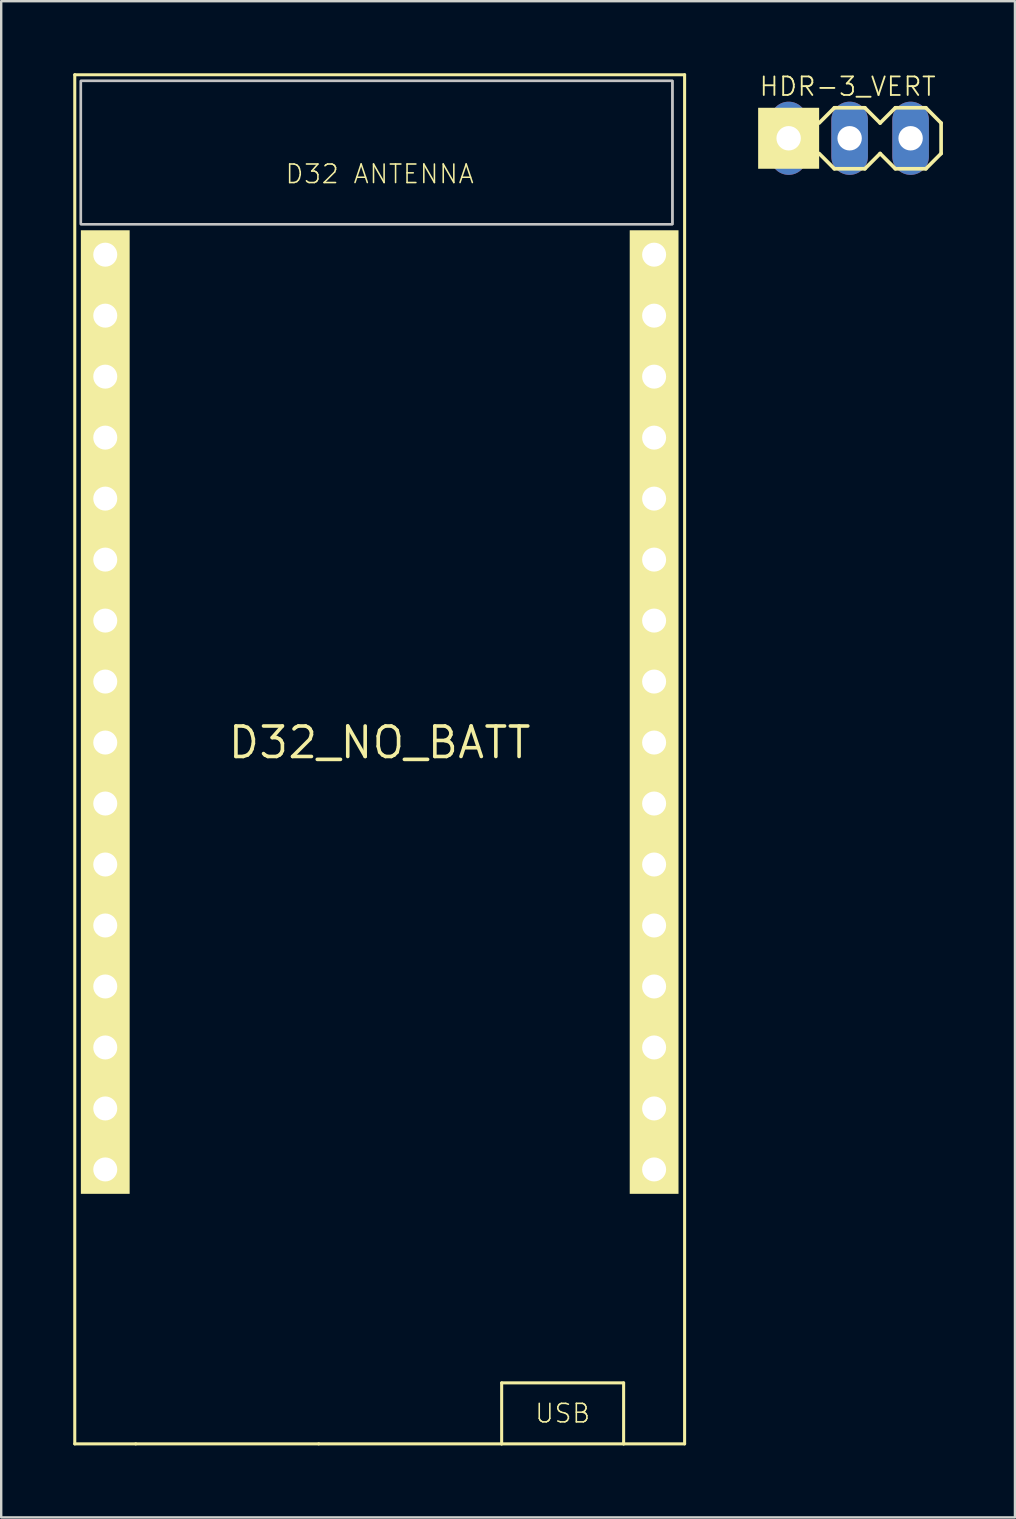
<source format=kicad_pcb>
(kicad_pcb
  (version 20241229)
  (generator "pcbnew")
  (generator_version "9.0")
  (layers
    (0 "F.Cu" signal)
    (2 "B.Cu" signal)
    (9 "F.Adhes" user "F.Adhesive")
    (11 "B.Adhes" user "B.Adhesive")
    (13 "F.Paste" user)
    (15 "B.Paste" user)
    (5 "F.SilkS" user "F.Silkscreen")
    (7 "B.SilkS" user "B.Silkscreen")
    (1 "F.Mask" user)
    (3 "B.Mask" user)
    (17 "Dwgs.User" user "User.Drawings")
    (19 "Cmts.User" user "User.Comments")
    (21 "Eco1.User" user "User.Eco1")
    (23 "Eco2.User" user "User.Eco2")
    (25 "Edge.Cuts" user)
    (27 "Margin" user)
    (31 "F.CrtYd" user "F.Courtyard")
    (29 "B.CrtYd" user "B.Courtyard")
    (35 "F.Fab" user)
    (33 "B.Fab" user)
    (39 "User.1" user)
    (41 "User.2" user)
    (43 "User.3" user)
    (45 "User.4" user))
  (footprint "HDR-3_VERT"
    (layer "F.Cu")
    (at 29.797 2.709)
    (property "Reference" "HDR-3_VERT" (at -1.27 -1.705 0) (layer "F.SilkS") (effects (font (size 0.772 0.772) (thickness 0.077)) (justify left bottom)))
    (attr through_hole)
    (fp_line (start 1.27 -0.635) (end 1.905 -1.27) (stroke (width 0.152) (type solid)) (layer "F.SilkS"))
    (fp_line (start 1.905 -1.27) (end 3.175 -1.27) (stroke (width 0.152) (type solid)) (layer "F.SilkS"))
    (fp_line (start 1.905 1.27) (end 1.27 0.635) (stroke (width 0.152) (type solid)) (layer "F.SilkS"))
    (fp_line (start 3.175 -1.27) (end 3.81 -0.635) (stroke (width 0.152) (type solid)) (layer "F.SilkS"))
    (fp_line (start 3.175 1.27) (end 1.905 1.27) (stroke (width 0.152) (type solid)) (layer "F.SilkS"))
    (fp_line (start 3.81 -0.635) (end 4.445 -1.27) (stroke (width 0.152) (type solid)) (layer "F.SilkS"))
    (fp_line (start 3.81 0.635) (end 3.175 1.27) (stroke (width 0.152) (type solid)) (layer "F.SilkS"))
    (fp_line (start 4.445 -1.27) (end 5.715 -1.27) (stroke (width 0.152) (type solid)) (layer "F.SilkS"))
    (fp_line (start 4.445 1.27) (end 3.81 0.635) (stroke (width 0.152) (type solid)) (layer "F.SilkS"))
    (fp_line (start 5.715 -1.27) (end 6.35 -0.635) (stroke (width 0.152) (type solid)) (layer "F.SilkS"))
    (fp_line (start 5.715 1.27) (end 4.445 1.27) (stroke (width 0.152) (type solid)) (layer "F.SilkS"))
    (fp_line (start 6.35 -0.635) (end 6.35 0.635) (stroke (width 0.152) (type solid)) (layer "F.SilkS"))
    (fp_line (start 6.35 0.635) (end 5.715 1.27) (stroke (width 0.152) (type solid)) (layer "F.SilkS"))
    (fp_poly (pts (xy -1.27 1.27) (xy 1.27 1.27) (xy 1.27 -1.27) (xy -1.27 -1.27)) (stroke (width 0) (type solid)) (fill yes) (layer "F.SilkS"))
    (fp_poly (pts (xy -0.254 0.254) (xy 0.254 0.254) (xy 0.254 -0.254) (xy -0.254 -0.254)) (stroke (width 0.1) (type solid)) (fill no) (layer "F.Fab"))
    (fp_poly (pts (xy 2.286 0.254) (xy 2.794 0.254) (xy 2.794 -0.254) (xy 2.286 -0.254)) (stroke (width 0.1) (type solid)) (fill no) (layer "F.Fab"))
    (fp_poly (pts (xy 4.826 0.254) (xy 5.334 0.254) (xy 5.334 -0.254) (xy 4.826 -0.254)) (stroke (width 0.1) (type solid)) (fill no) (layer "F.Fab"))
    (pad "1" thru_hole oval (at 0 0 90) (size 3.048 1.524) (drill 1.016) (layers "*.Cu" "*.Mask"))
    (pad "2" thru_hole oval (at 2.54 0 90) (size 3.048 1.524) (drill 1.016) (layers "*.Cu" "*.Mask"))
    (pad "3" thru_hole oval (at 5.08 0 90) (size 3.048 1.524) (drill 1.016) (layers "*.Cu" "*.Mask")))
  (footprint "D32_NO_BATT"
    (layer "F.Cu")
    (at 12.764 27.877)
    (property "Reference" "D32_NO_BATT" (at 0 0 0) (layer "F.SilkS") (effects (font (size 1.27 1.27) (thickness 0.15))))
    (attr through_hole)
    (fp_line (start -12.7 -27.813) (end -12.7 29.21) (stroke (width 0.127) (type solid)) (layer "F.SilkS"))
    (fp_line (start -12.7 -27.813) (end 12.7 -27.813) (stroke (width 0.127) (type solid)) (layer "F.SilkS"))
    (fp_line (start -12.7 29.21) (end -10.16 29.21) (stroke (width 0.127) (type solid)) (layer "F.SilkS"))
    (fp_line (start -2.54 29.21) (end -10.16 29.21) (stroke (width 0.127) (type solid)) (layer "F.SilkS"))
    (fp_line (start 5.08 26.67) (end 5.08 29.21) (stroke (width 0.127) (type solid)) (layer "F.SilkS"))
    (fp_line (start 5.08 29.21) (end -2.54 29.21) (stroke (width 0.127) (type solid)) (layer "F.SilkS"))
    (fp_line (start 5.08 29.21) (end 10.16 29.21) (stroke (width 0.127) (type solid)) (layer "F.SilkS"))
    (fp_line (start 10.16 26.67) (end 5.08 26.67) (stroke (width 0.127) (type solid)) (layer "F.SilkS"))
    (fp_line (start 10.16 29.21) (end 10.16 26.67) (stroke (width 0.127) (type solid)) (layer "F.SilkS"))
    (fp_line (start 10.16 29.21) (end 12.7 29.21) (stroke (width 0.127) (type solid)) (layer "F.SilkS"))
    (fp_line (start 12.7 29.21) (end 12.7 -27.813) (stroke (width 0.127) (type solid)) (layer "F.SilkS"))
    (fp_poly (pts (xy -12.446 18.796) (xy -10.414 18.796) (xy -10.414 -21.336) (xy -12.446 -21.336)) (stroke (width 0) (type solid)) (fill yes) (layer "F.SilkS"))
    (fp_poly (pts (xy 10.414 18.796) (xy 12.446 18.796) (xy 12.446 -21.336) (xy 10.414 -21.336)) (stroke (width 0) (type solid)) (fill yes) (layer "F.SilkS"))
    (fp_poly (pts (xy -12.446 -21.59) (xy 12.192 -21.59) (xy 12.192 -27.559) (xy -12.446 -27.559)) (stroke (width 0.1) (type solid)) (fill no) (layer "Dwgs.User"))
    (fp_poly (pts (xy -12.446 -21.59) (xy 12.192 -21.59) (xy 12.192 -27.559) (xy -12.446 -27.559)) (stroke (width 0.1) (type solid)) (fill no) (layer "Dwgs.User"))
    (fp_text user "D32 ANTENNA" (at 0 -24.13 0) (layer "F.SilkS") (effects (font (size 0.772 0.772) (thickness 0.065)) (justify top)))
    (fp_text user "USB" (at 7.62 27.94 0) (layer "F.SilkS") (effects (font (size 0.772 0.772) (thickness 0.065))))
    (pad "EN" thru_hole circle (at -11.43 12.7) (size 1.508 1.508) (drill 1) (layers "*.Cu" "*.Mask"))
    (pad "GND" thru_hole circle (at 11.43 -20.32) (size 1.508 1.508) (drill 1) (layers "*.Cu" "*.Mask"))
    (pad "GND2" thru_hole circle (at 11.43 17.78) (size 1.508 1.508) (drill 1) (layers "*.Cu" "*.Mask"))
    (pad "IO0" thru_hole circle (at 11.43 10.16) (size 1.508 1.508) (drill 1) (layers "*.Cu" "*.Mask"))
    (pad "IO2" thru_hole circle (at 11.43 12.7) (size 1.508 1.508) (drill 1) (layers "*.Cu" "*.Mask"))
    (pad "IO4" thru_hole circle (at 11.43 7.62) (size 1.508 1.508) (drill 1) (layers "*.Cu" "*.Mask"))
    (pad "IO5" thru_hole circle (at 11.43 0) (size 1.508 1.508) (drill 1) (layers "*.Cu" "*.Mask"))
    (pad "IO12" thru_hole circle (at -11.43 7.62) (size 1.508 1.508) (drill 1) (layers "*.Cu" "*.Mask"))
    (pad "IO13" thru_hole circle (at -11.43 10.16) (size 1.508 1.508) (drill 1) (layers "*.Cu" "*.Mask"))
    (pad "IO14" thru_hole circle (at -11.43 5.08) (size 1.508 1.508) (drill 1) (layers "*.Cu" "*.Mask"))
    (pad "IO15" thru_hole circle (at 11.43 15.24) (size 1.508 1.508) (drill 1) (layers "*.Cu" "*.Mask"))
    (pad "IO16" thru_hole circle (at 11.43 5.08) (size 1.508 1.508) (drill 1) (layers "*.Cu" "*.Mask"))
    (pad "IO17" thru_hole circle (at 11.43 2.54) (size 1.508 1.508) (drill 1) (layers "*.Cu" "*.Mask"))
    (pad "IO18" thru_hole circle (at 11.43 -2.54) (size 1.508 1.508) (drill 1) (layers "*.Cu" "*.Mask"))
    (pad "IO19" thru_hole circle (at 11.43 -5.08) (size 1.508 1.508) (drill 1) (layers "*.Cu" "*.Mask"))
    (pad "IO21" thru_hole circle (at 11.43 -7.62) (size 1.508 1.508) (drill 1) (layers "*.Cu" "*.Mask"))
    (pad "IO22" thru_hole circle (at 11.43 -15.24) (size 1.508 1.508) (drill 1) (layers "*.Cu" "*.Mask"))
    (pad "IO23" thru_hole circle (at 11.43 -17.78) (size 1.508 1.508) (drill 1) (layers "*.Cu" "*.Mask"))
    (pad "IO25" thru_hole circle (at -11.43 -2.54) (size 1.508 1.508) (drill 1) (layers "*.Cu" "*.Mask"))
    (pad "IO26" thru_hole circle (at -11.43 0) (size 1.508 1.508) (drill 1) (layers "*.Cu" "*.Mask"))
    (pad "IO27" thru_hole circle (at -11.43 2.54) (size 1.508 1.508) (drill 1) (layers "*.Cu" "*.Mask"))
    (pad "IO32" thru_hole circle (at -11.43 -7.62) (size 1.508 1.508) (drill 1) (layers "*.Cu" "*.Mask"))
    (pad "IO33" thru_hole circle (at -11.43 -5.08) (size 1.508 1.508) (drill 1) (layers "*.Cu" "*.Mask"))
    (pad "IO34" thru_hole circle (at -11.43 -10.16) (size 1.508 1.508) (drill 1) (layers "*.Cu" "*.Mask"))
    (pad "RST" thru_hole circle (at -11.43 -17.78) (size 1.508 1.508) (drill 1) (layers "*.Cu" "*.Mask"))
    (pad "RXD0" thru_hole circle (at 11.43 -10.16) (size 1.508 1.508) (drill 1) (layers "*.Cu" "*.Mask"))
    (pad "TXD0" thru_hole circle (at 11.43 -12.7) (size 1.508 1.508) (drill 1) (layers "*.Cu" "*.Mask"))
    (pad "VBAT" thru_hole circle (at -11.43 17.78) (size 1.508 1.508) (drill 1) (layers "*.Cu" "*.Mask"))
    (pad "VBUS" thru_hole circle (at -11.43 15.24) (size 1.508 1.508) (drill 1) (layers "*.Cu" "*.Mask"))
    (pad "VCC" thru_hole rect (at -11.43 -20.32) (size 1.508 1.508) (drill 1) (layers "*.Cu" "*.Mask"))
    (pad "VN" thru_hole circle (at -11.43 -12.7) (size 1.508 1.508) (drill 1) (layers "*.Cu" "*.Mask"))
    (pad "VP" thru_hole circle (at -11.43 -15.24) (size 1.508 1.508) (drill 1) (layers "*.Cu" "*.Mask")))
  (gr_rect
    (start -3 -3)
    (end 39.223 60.15)
    (stroke (width 0.1) (type default))
    (fill no)
    (layer "Edge.Cuts")))
</source>
